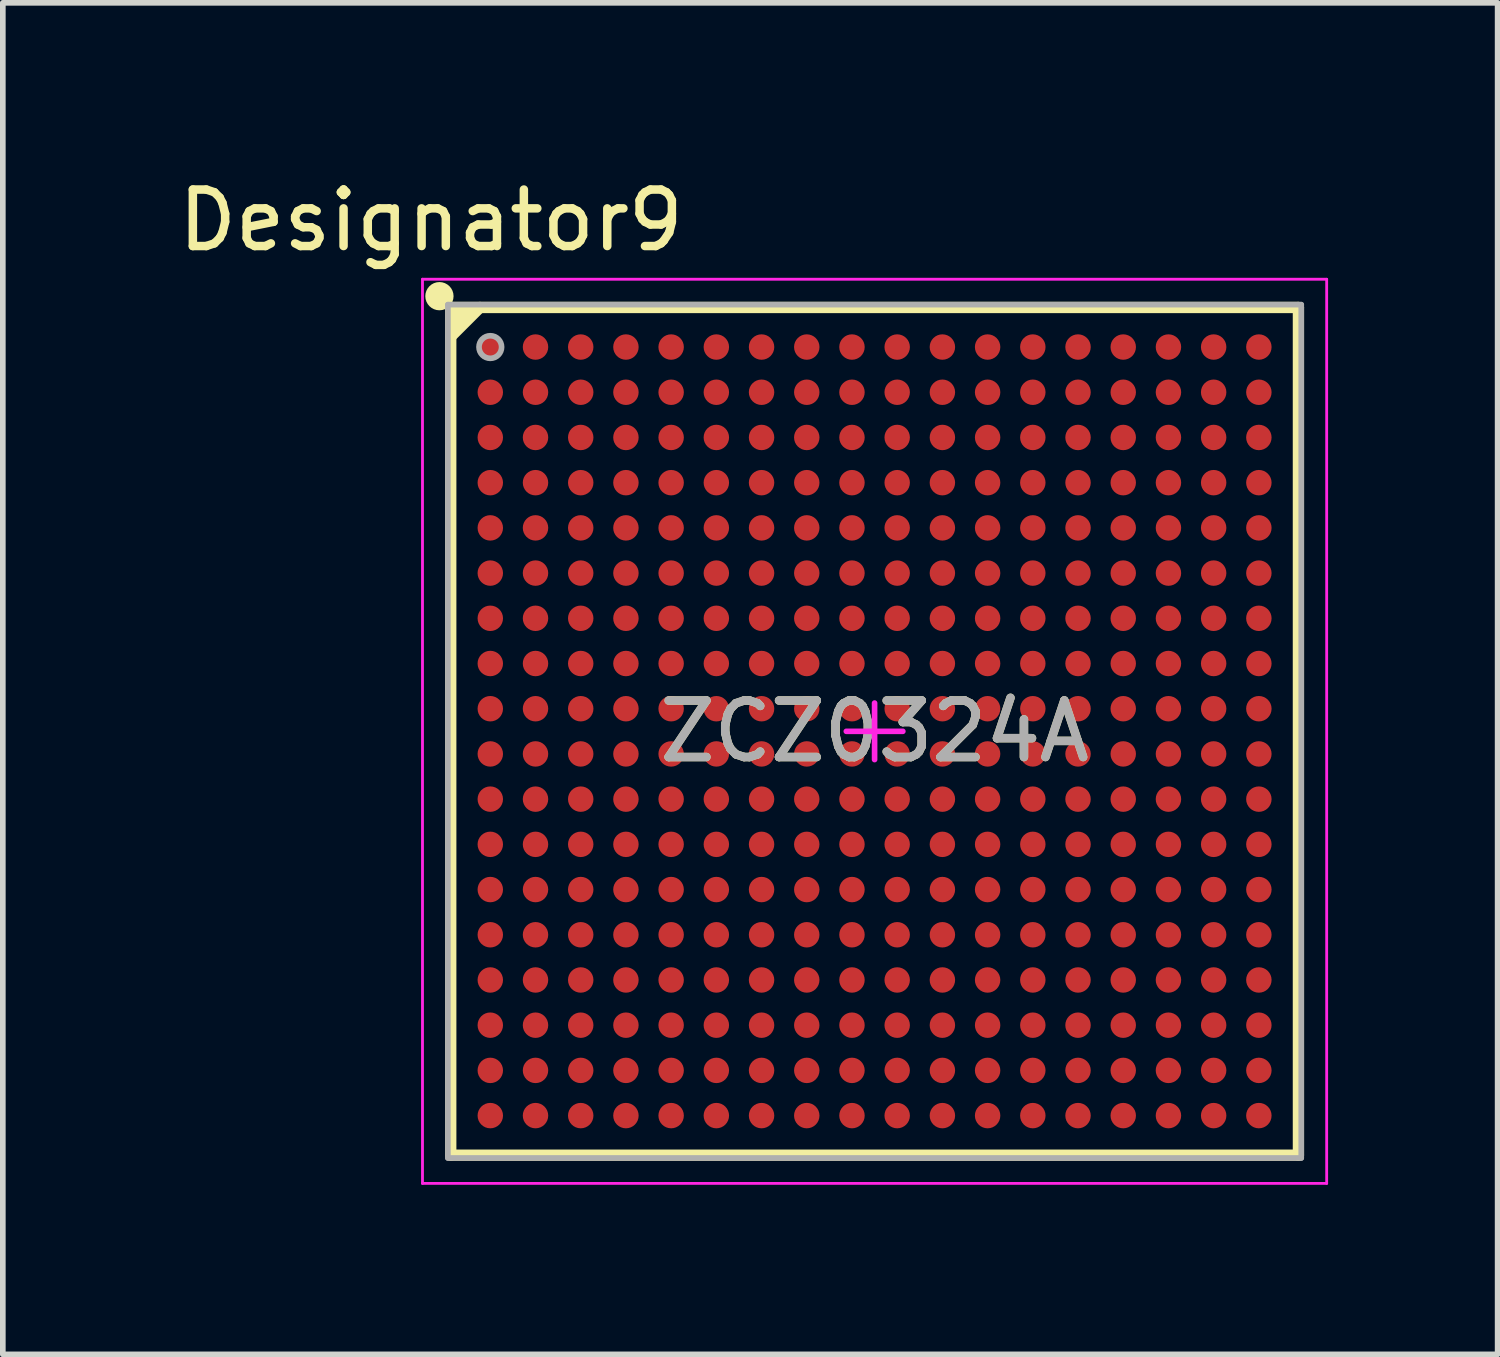
<source format=kicad_pcb>
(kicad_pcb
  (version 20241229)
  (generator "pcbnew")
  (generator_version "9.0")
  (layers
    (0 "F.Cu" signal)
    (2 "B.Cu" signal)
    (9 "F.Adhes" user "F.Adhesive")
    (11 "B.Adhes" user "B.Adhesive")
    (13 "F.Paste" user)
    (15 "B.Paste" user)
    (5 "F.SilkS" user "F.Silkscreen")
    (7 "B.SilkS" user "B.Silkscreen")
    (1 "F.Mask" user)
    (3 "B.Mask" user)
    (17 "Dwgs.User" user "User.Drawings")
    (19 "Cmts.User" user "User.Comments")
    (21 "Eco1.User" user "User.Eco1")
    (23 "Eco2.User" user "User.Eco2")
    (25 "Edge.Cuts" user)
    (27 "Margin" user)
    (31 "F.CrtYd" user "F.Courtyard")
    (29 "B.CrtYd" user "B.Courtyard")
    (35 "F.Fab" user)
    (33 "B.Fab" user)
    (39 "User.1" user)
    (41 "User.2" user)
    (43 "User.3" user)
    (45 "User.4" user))
  (footprint "ZCZ0324A"
    (layer "F.Cu")
    (at 12.426 9.891)
    (property "Reference" "ZCZ0324A" (at 0 0 0) (unlocked yes) (layer "F.SilkS") (effects (font (size 1 1) (thickness 0.15))))
    (attr smd)
    (fp_line (start -7.5 -7.5) (end 7.5 -7.5) (stroke (width 0.2) (type solid)) (layer "F.SilkS"))
    (fp_line (start -7.5 -6.984) (end -6.984 -7.5) (stroke (width 0.2) (type solid)) (layer "F.SilkS"))
    (fp_line (start -7.5 7.5) (end -7.5 -7.5) (stroke (width 0.2) (type solid)) (layer "F.SilkS"))
    (fp_line (start -7.5 7.5) (end 7.5 7.5) (stroke (width 0.2) (type solid)) (layer "F.SilkS"))
    (fp_line (start 7.5 7.5) (end 7.5 -7.5) (stroke (width 0.2) (type solid)) (layer "F.SilkS"))
    (fp_circle (center -7.7 -7.7) (end -7.575 -7.7) (stroke (width 0.25) (type solid)) (fill no) (layer "F.SilkS"))
    (fp_poly (pts (xy -6.984 -7.5) (xy -7.5 -6.984) (xy -7.5 -7.5)) (stroke (width 0) (type solid)) (fill yes) (layer "F.SilkS"))
    (fp_line (start -8 -8) (end 8 -8) (stroke (width 0.05) (type solid)) (layer "F.CrtYd"))
    (fp_line (start -8 8) (end -8 -8) (stroke (width 0.05) (type solid)) (layer "F.CrtYd"))
    (fp_line (start -8 8) (end 8 8) (stroke (width 0.05) (type solid)) (layer "F.CrtYd"))
    (fp_line (start -0.5 0) (end 0.5 0) (stroke (width 0.1) (type solid)) (layer "F.CrtYd"))
    (fp_line (start 0 0.5) (end 0 -0.5) (stroke (width 0.1) (type solid)) (layer "F.CrtYd"))
    (fp_line (start 8 8) (end 8 -8) (stroke (width 0.05) (type solid)) (layer "F.CrtYd"))
    (fp_line (start -7.55 -7.55) (end 7.55 -7.55) (stroke (width 0.1) (type solid)) (layer "F.Fab"))
    (fp_line (start -7.55 7.55) (end -7.55 -7.55) (stroke (width 0.1) (type solid)) (layer "F.Fab"))
    (fp_line (start -7.55 7.55) (end 7.55 7.55) (stroke (width 0.1) (type solid)) (layer "F.Fab"))
    (fp_line (start 7.55 7.55) (end 7.55 -7.55) (stroke (width 0.1) (type solid)) (layer "F.Fab"))
    (fp_circle (center -6.8 -6.8) (end -6.6 -6.8) (stroke (width 0.1) (type solid)) (fill no) (layer "F.Fab"))
    (fp_text user "Designator9" (at -7.849 -9.042 0) (unlocked yes) (layer "F.SilkS") (effects (font (size 1 1) (thickness 0.15))))
    (fp_text user "${REFERENCE}" (at 0 0 0) (unlocked yes) (layer "F.Fab") (effects (font (size 1 1) (thickness 0.15))))
    (pad "A1" smd circle (at -6.8 -6.8) (size 0.45 0.45) (layers "F.Cu" "F.Mask" "F.Paste"))
    (pad "A2" smd circle (at -6 -6.8) (size 0.45 0.45) (layers "F.Cu" "F.Mask" "F.Paste"))
    (pad "A3" smd circle (at -5.2 -6.8) (size 0.45 0.45) (layers "F.Cu" "F.Mask" "F.Paste"))
    (pad "A4" smd circle (at -4.4 -6.8) (size 0.45 0.45) (layers "F.Cu" "F.Mask" "F.Paste"))
    (pad "A5" smd circle (at -3.6 -6.8) (size 0.45 0.45) (layers "F.Cu" "F.Mask" "F.Paste"))
    (pad "A6" smd circle (at -2.8 -6.8) (size 0.45 0.45) (layers "F.Cu" "F.Mask" "F.Paste"))
    (pad "A7" smd circle (at -2 -6.8) (size 0.45 0.45) (layers "F.Cu" "F.Mask" "F.Paste"))
    (pad "A8" smd circle (at -1.2 -6.8) (size 0.45 0.45) (layers "F.Cu" "F.Mask" "F.Paste"))
    (pad "A9" smd circle (at -0.4 -6.8) (size 0.45 0.45) (layers "F.Cu" "F.Mask" "F.Paste"))
    (pad "A10" smd circle (at 0.4 -6.8) (size 0.45 0.45) (layers "F.Cu" "F.Mask" "F.Paste"))
    (pad "A11" smd circle (at 1.2 -6.8) (size 0.45 0.45) (layers "F.Cu" "F.Mask" "F.Paste"))
    (pad "A12" smd circle (at 2 -6.8) (size 0.45 0.45) (layers "F.Cu" "F.Mask" "F.Paste"))
    (pad "A13" smd circle (at 2.8 -6.8) (size 0.45 0.45) (layers "F.Cu" "F.Mask" "F.Paste"))
    (pad "A14" smd circle (at 3.6 -6.8) (size 0.45 0.45) (layers "F.Cu" "F.Mask" "F.Paste"))
    (pad "A15" smd circle (at 4.4 -6.8) (size 0.45 0.45) (layers "F.Cu" "F.Mask" "F.Paste"))
    (pad "A16" smd circle (at 5.2 -6.8) (size 0.45 0.45) (layers "F.Cu" "F.Mask" "F.Paste"))
    (pad "A17" smd circle (at 6 -6.8) (size 0.45 0.45) (layers "F.Cu" "F.Mask" "F.Paste"))
    (pad "A18" smd circle (at 6.8 -6.8) (size 0.45 0.45) (layers "F.Cu" "F.Mask" "F.Paste"))
    (pad "B1" smd circle (at -6.8 -6) (size 0.45 0.45) (layers "F.Cu" "F.Mask" "F.Paste"))
    (pad "B2" smd circle (at -6 -6) (size 0.45 0.45) (layers "F.Cu" "F.Mask" "F.Paste"))
    (pad "B3" smd circle (at -5.2 -6) (size 0.45 0.45) (layers "F.Cu" "F.Mask" "F.Paste"))
    (pad "B4" smd circle (at -4.4 -6) (size 0.45 0.45) (layers "F.Cu" "F.Mask" "F.Paste"))
    (pad "B5" smd circle (at -3.6 -6) (size 0.45 0.45) (layers "F.Cu" "F.Mask" "F.Paste"))
    (pad "B6" smd circle (at -2.8 -6) (size 0.45 0.45) (layers "F.Cu" "F.Mask" "F.Paste"))
    (pad "B7" smd circle (at -2 -6) (size 0.45 0.45) (layers "F.Cu" "F.Mask" "F.Paste"))
    (pad "B8" smd circle (at -1.2 -6) (size 0.45 0.45) (layers "F.Cu" "F.Mask" "F.Paste"))
    (pad "B9" smd circle (at -0.4 -6) (size 0.45 0.45) (layers "F.Cu" "F.Mask" "F.Paste"))
    (pad "B10" smd circle (at 0.4 -6) (size 0.45 0.45) (layers "F.Cu" "F.Mask" "F.Paste"))
    (pad "B11" smd circle (at 1.2 -6) (size 0.45 0.45) (layers "F.Cu" "F.Mask" "F.Paste"))
    (pad "B12" smd circle (at 2 -6) (size 0.45 0.45) (layers "F.Cu" "F.Mask" "F.Paste"))
    (pad "B13" smd circle (at 2.8 -6) (size 0.45 0.45) (layers "F.Cu" "F.Mask" "F.Paste"))
    (pad "B14" smd circle (at 3.6 -6) (size 0.45 0.45) (layers "F.Cu" "F.Mask" "F.Paste"))
    (pad "B15" smd circle (at 4.4 -6) (size 0.45 0.45) (layers "F.Cu" "F.Mask" "F.Paste"))
    (pad "B16" smd circle (at 5.2 -6) (size 0.45 0.45) (layers "F.Cu" "F.Mask" "F.Paste"))
    (pad "B17" smd circle (at 6 -6) (size 0.45 0.45) (layers "F.Cu" "F.Mask" "F.Paste"))
    (pad "B18" smd circle (at 6.8 -6) (size 0.45 0.45) (layers "F.Cu" "F.Mask" "F.Paste"))
    (pad "C1" smd circle (at -6.8 -5.2) (size 0.45 0.45) (layers "F.Cu" "F.Mask" "F.Paste"))
    (pad "C2" smd circle (at -6 -5.2) (size 0.45 0.45) (layers "F.Cu" "F.Mask" "F.Paste"))
    (pad "C3" smd circle (at -5.2 -5.2) (size 0.45 0.45) (layers "F.Cu" "F.Mask" "F.Paste"))
    (pad "C4" smd circle (at -4.4 -5.2) (size 0.45 0.45) (layers "F.Cu" "F.Mask" "F.Paste"))
    (pad "C5" smd circle (at -3.6 -5.2) (size 0.45 0.45) (layers "F.Cu" "F.Mask" "F.Paste"))
    (pad "C6" smd circle (at -2.8 -5.2) (size 0.45 0.45) (layers "F.Cu" "F.Mask" "F.Paste"))
    (pad "C7" smd circle (at -2 -5.2) (size 0.45 0.45) (layers "F.Cu" "F.Mask" "F.Paste"))
    (pad "C8" smd circle (at -1.2 -5.2) (size 0.45 0.45) (layers "F.Cu" "F.Mask" "F.Paste"))
    (pad "C9" smd circle (at -0.4 -5.2) (size 0.45 0.45) (layers "F.Cu" "F.Mask" "F.Paste"))
    (pad "C10" smd circle (at 0.4 -5.2) (size 0.45 0.45) (layers "F.Cu" "F.Mask" "F.Paste"))
    (pad "C11" smd circle (at 1.2 -5.2) (size 0.45 0.45) (layers "F.Cu" "F.Mask" "F.Paste"))
    (pad "C12" smd circle (at 2 -5.2) (size 0.45 0.45) (layers "F.Cu" "F.Mask" "F.Paste"))
    (pad "C13" smd circle (at 2.8 -5.2) (size 0.45 0.45) (layers "F.Cu" "F.Mask" "F.Paste"))
    (pad "C14" smd circle (at 3.6 -5.2) (size 0.45 0.45) (layers "F.Cu" "F.Mask" "F.Paste"))
    (pad "C15" smd circle (at 4.4 -5.2) (size 0.45 0.45) (layers "F.Cu" "F.Mask" "F.Paste"))
    (pad "C16" smd circle (at 5.2 -5.2) (size 0.45 0.45) (layers "F.Cu" "F.Mask" "F.Paste"))
    (pad "C17" smd circle (at 6 -5.2) (size 0.45 0.45) (layers "F.Cu" "F.Mask" "F.Paste"))
    (pad "C18" smd circle (at 6.8 -5.2) (size 0.45 0.45) (layers "F.Cu" "F.Mask" "F.Paste"))
    (pad "D1" smd circle (at -6.8 -4.4) (size 0.45 0.45) (layers "F.Cu" "F.Mask" "F.Paste"))
    (pad "D2" smd circle (at -6 -4.4) (size 0.45 0.45) (layers "F.Cu" "F.Mask" "F.Paste"))
    (pad "D3" smd circle (at -5.2 -4.4) (size 0.45 0.45) (layers "F.Cu" "F.Mask" "F.Paste"))
    (pad "D4" smd circle (at -4.4 -4.4) (size 0.45 0.45) (layers "F.Cu" "F.Mask" "F.Paste"))
    (pad "D5" smd circle (at -3.6 -4.4) (size 0.45 0.45) (layers "F.Cu" "F.Mask" "F.Paste"))
    (pad "D6" smd circle (at -2.8 -4.4) (size 0.45 0.45) (layers "F.Cu" "F.Mask" "F.Paste"))
    (pad "D7" smd circle (at -2 -4.4) (size 0.45 0.45) (layers "F.Cu" "F.Mask" "F.Paste"))
    (pad "D8" smd circle (at -1.2 -4.4) (size 0.45 0.45) (layers "F.Cu" "F.Mask" "F.Paste"))
    (pad "D9" smd circle (at -0.4 -4.4) (size 0.45 0.45) (layers "F.Cu" "F.Mask" "F.Paste"))
    (pad "D10" smd circle (at 0.4 -4.4) (size 0.45 0.45) (layers "F.Cu" "F.Mask" "F.Paste"))
    (pad "D11" smd circle (at 1.2 -4.4) (size 0.45 0.45) (layers "F.Cu" "F.Mask" "F.Paste"))
    (pad "D12" smd circle (at 2 -4.4) (size 0.45 0.45) (layers "F.Cu" "F.Mask" "F.Paste"))
    (pad "D13" smd circle (at 2.8 -4.4) (size 0.45 0.45) (layers "F.Cu" "F.Mask" "F.Paste"))
    (pad "D14" smd circle (at 3.6 -4.4) (size 0.45 0.45) (layers "F.Cu" "F.Mask" "F.Paste"))
    (pad "D15" smd circle (at 4.4 -4.4) (size 0.45 0.45) (layers "F.Cu" "F.Mask" "F.Paste"))
    (pad "D16" smd circle (at 5.2 -4.4) (size 0.45 0.45) (layers "F.Cu" "F.Mask" "F.Paste"))
    (pad "D17" smd circle (at 6 -4.4) (size 0.45 0.45) (layers "F.Cu" "F.Mask" "F.Paste"))
    (pad "D18" smd circle (at 6.8 -4.4) (size 0.45 0.45) (layers "F.Cu" "F.Mask" "F.Paste"))
    (pad "E1" smd circle (at -6.8 -3.6) (size 0.45 0.45) (layers "F.Cu" "F.Mask" "F.Paste"))
    (pad "E2" smd circle (at -6 -3.6) (size 0.45 0.45) (layers "F.Cu" "F.Mask" "F.Paste"))
    (pad "E3" smd circle (at -5.2 -3.6) (size 0.45 0.45) (layers "F.Cu" "F.Mask" "F.Paste"))
    (pad "E4" smd circle (at -4.4 -3.6) (size 0.45 0.45) (layers "F.Cu" "F.Mask" "F.Paste"))
    (pad "E5" smd circle (at -3.6 -3.6) (size 0.45 0.45) (layers "F.Cu" "F.Mask" "F.Paste"))
    (pad "E6" smd circle (at -2.8 -3.6) (size 0.45 0.45) (layers "F.Cu" "F.Mask" "F.Paste"))
    (pad "E7" smd circle (at -2 -3.6) (size 0.45 0.45) (layers "F.Cu" "F.Mask" "F.Paste"))
    (pad "E8" smd circle (at -1.2 -3.6) (size 0.45 0.45) (layers "F.Cu" "F.Mask" "F.Paste"))
    (pad "E9" smd circle (at -0.4 -3.6) (size 0.45 0.45) (layers "F.Cu" "F.Mask" "F.Paste"))
    (pad "E10" smd circle (at 0.4 -3.6) (size 0.45 0.45) (layers "F.Cu" "F.Mask" "F.Paste"))
    (pad "E11" smd circle (at 1.2 -3.6) (size 0.45 0.45) (layers "F.Cu" "F.Mask" "F.Paste"))
    (pad "E12" smd circle (at 2 -3.6) (size 0.45 0.45) (layers "F.Cu" "F.Mask" "F.Paste"))
    (pad "E13" smd circle (at 2.8 -3.6) (size 0.45 0.45) (layers "F.Cu" "F.Mask" "F.Paste"))
    (pad "E14" smd circle (at 3.6 -3.6) (size 0.45 0.45) (layers "F.Cu" "F.Mask" "F.Paste"))
    (pad "E15" smd circle (at 4.4 -3.6) (size 0.45 0.45) (layers "F.Cu" "F.Mask" "F.Paste"))
    (pad "E16" smd circle (at 5.2 -3.6) (size 0.45 0.45) (layers "F.Cu" "F.Mask" "F.Paste"))
    (pad "E17" smd circle (at 6 -3.6) (size 0.45 0.45) (layers "F.Cu" "F.Mask" "F.Paste"))
    (pad "E18" smd circle (at 6.8 -3.6) (size 0.45 0.45) (layers "F.Cu" "F.Mask" "F.Paste"))
    (pad "F1" smd circle (at -6.8 -2.8) (size 0.45 0.45) (layers "F.Cu" "F.Mask" "F.Paste"))
    (pad "F2" smd circle (at -6 -2.8) (size 0.45 0.45) (layers "F.Cu" "F.Mask" "F.Paste"))
    (pad "F3" smd circle (at -5.2 -2.8) (size 0.45 0.45) (layers "F.Cu" "F.Mask" "F.Paste"))
    (pad "F4" smd circle (at -4.4 -2.8) (size 0.45 0.45) (layers "F.Cu" "F.Mask" "F.Paste"))
    (pad "F5" smd circle (at -3.6 -2.8) (size 0.45 0.45) (layers "F.Cu" "F.Mask" "F.Paste"))
    (pad "F6" smd circle (at -2.8 -2.8) (size 0.45 0.45) (layers "F.Cu" "F.Mask" "F.Paste"))
    (pad "F7" smd circle (at -2 -2.8) (size 0.45 0.45) (layers "F.Cu" "F.Mask" "F.Paste"))
    (pad "F8" smd circle (at -1.2 -2.8) (size 0.45 0.45) (layers "F.Cu" "F.Mask" "F.Paste"))
    (pad "F9" smd circle (at -0.4 -2.8) (size 0.45 0.45) (layers "F.Cu" "F.Mask" "F.Paste"))
    (pad "F10" smd circle (at 0.4 -2.8) (size 0.45 0.45) (layers "F.Cu" "F.Mask" "F.Paste"))
    (pad "F11" smd circle (at 1.2 -2.8) (size 0.45 0.45) (layers "F.Cu" "F.Mask" "F.Paste"))
    (pad "F12" smd circle (at 2 -2.8) (size 0.45 0.45) (layers "F.Cu" "F.Mask" "F.Paste"))
    (pad "F13" smd circle (at 2.8 -2.8) (size 0.45 0.45) (layers "F.Cu" "F.Mask" "F.Paste"))
    (pad "F14" smd circle (at 3.6 -2.8) (size 0.45 0.45) (layers "F.Cu" "F.Mask" "F.Paste"))
    (pad "F15" smd circle (at 4.4 -2.8) (size 0.45 0.45) (layers "F.Cu" "F.Mask" "F.Paste"))
    (pad "F16" smd circle (at 5.2 -2.8) (size 0.45 0.45) (layers "F.Cu" "F.Mask" "F.Paste"))
    (pad "F17" smd circle (at 6 -2.8) (size 0.45 0.45) (layers "F.Cu" "F.Mask" "F.Paste"))
    (pad "F18" smd circle (at 6.8 -2.8) (size 0.45 0.45) (layers "F.Cu" "F.Mask" "F.Paste"))
    (pad "G1" smd circle (at -6.8 -2) (size 0.45 0.45) (layers "F.Cu" "F.Mask" "F.Paste"))
    (pad "G2" smd circle (at -6 -2) (size 0.45 0.45) (layers "F.Cu" "F.Mask" "F.Paste"))
    (pad "G3" smd circle (at -5.2 -2) (size 0.45 0.45) (layers "F.Cu" "F.Mask" "F.Paste"))
    (pad "G4" smd circle (at -4.4 -2) (size 0.45 0.45) (layers "F.Cu" "F.Mask" "F.Paste"))
    (pad "G5" smd circle (at -3.6 -2) (size 0.45 0.45) (layers "F.Cu" "F.Mask" "F.Paste"))
    (pad "G6" smd circle (at -2.8 -2) (size 0.45 0.45) (layers "F.Cu" "F.Mask" "F.Paste"))
    (pad "G7" smd circle (at -2 -2) (size 0.45 0.45) (layers "F.Cu" "F.Mask" "F.Paste"))
    (pad "G8" smd circle (at -1.2 -2) (size 0.45 0.45) (layers "F.Cu" "F.Mask" "F.Paste"))
    (pad "G9" smd circle (at -0.4 -2) (size 0.45 0.45) (layers "F.Cu" "F.Mask" "F.Paste"))
    (pad "G10" smd circle (at 0.4 -2) (size 0.45 0.45) (layers "F.Cu" "F.Mask" "F.Paste"))
    (pad "G11" smd circle (at 1.2 -2) (size 0.45 0.45) (layers "F.Cu" "F.Mask" "F.Paste"))
    (pad "G12" smd circle (at 2 -2) (size 0.45 0.45) (layers "F.Cu" "F.Mask" "F.Paste"))
    (pad "G13" smd circle (at 2.8 -2) (size 0.45 0.45) (layers "F.Cu" "F.Mask" "F.Paste"))
    (pad "G14" smd circle (at 3.6 -2) (size 0.45 0.45) (layers "F.Cu" "F.Mask" "F.Paste"))
    (pad "G15" smd circle (at 4.4 -2) (size 0.45 0.45) (layers "F.Cu" "F.Mask" "F.Paste"))
    (pad "G16" smd circle (at 5.2 -2) (size 0.45 0.45) (layers "F.Cu" "F.Mask" "F.Paste"))
    (pad "G17" smd circle (at 6 -2) (size 0.45 0.45) (layers "F.Cu" "F.Mask" "F.Paste"))
    (pad "G18" smd circle (at 6.8 -2) (size 0.45 0.45) (layers "F.Cu" "F.Mask" "F.Paste"))
    (pad "H1" smd circle (at -6.8 -1.2) (size 0.45 0.45) (layers "F.Cu" "F.Mask" "F.Paste"))
    (pad "H2" smd circle (at -6 -1.2) (size 0.45 0.45) (layers "F.Cu" "F.Mask" "F.Paste"))
    (pad "H3" smd circle (at -5.2 -1.2) (size 0.45 0.45) (layers "F.Cu" "F.Mask" "F.Paste"))
    (pad "H4" smd circle (at -4.4 -1.2) (size 0.45 0.45) (layers "F.Cu" "F.Mask" "F.Paste"))
    (pad "H5" smd circle (at -3.6 -1.2) (size 0.45 0.45) (layers "F.Cu" "F.Mask" "F.Paste"))
    (pad "H6" smd circle (at -2.8 -1.2) (size 0.45 0.45) (layers "F.Cu" "F.Mask" "F.Paste"))
    (pad "H7" smd circle (at -2 -1.2) (size 0.45 0.45) (layers "F.Cu" "F.Mask" "F.Paste"))
    (pad "H8" smd circle (at -1.2 -1.2) (size 0.45 0.45) (layers "F.Cu" "F.Mask" "F.Paste"))
    (pad "H9" smd circle (at -0.4 -1.2) (size 0.45 0.45) (layers "F.Cu" "F.Mask" "F.Paste"))
    (pad "H10" smd circle (at 0.4 -1.2) (size 0.45 0.45) (layers "F.Cu" "F.Mask" "F.Paste"))
    (pad "H11" smd circle (at 1.2 -1.2) (size 0.45 0.45) (layers "F.Cu" "F.Mask" "F.Paste"))
    (pad "H12" smd circle (at 2 -1.2) (size 0.45 0.45) (layers "F.Cu" "F.Mask" "F.Paste"))
    (pad "H13" smd circle (at 2.8 -1.2) (size 0.45 0.45) (layers "F.Cu" "F.Mask" "F.Paste"))
    (pad "H14" smd circle (at 3.6 -1.2) (size 0.45 0.45) (layers "F.Cu" "F.Mask" "F.Paste"))
    (pad "H15" smd circle (at 4.4 -1.2) (size 0.45 0.45) (layers "F.Cu" "F.Mask" "F.Paste"))
    (pad "H16" smd circle (at 5.2 -1.2) (size 0.45 0.45) (layers "F.Cu" "F.Mask" "F.Paste"))
    (pad "H17" smd circle (at 6 -1.2) (size 0.45 0.45) (layers "F.Cu" "F.Mask" "F.Paste"))
    (pad "H18" smd circle (at 6.8 -1.2) (size 0.45 0.45) (layers "F.Cu" "F.Mask" "F.Paste"))
    (pad "J1" smd circle (at -6.8 -0.4) (size 0.45 0.45) (layers "F.Cu" "F.Mask" "F.Paste"))
    (pad "J2" smd circle (at -6 -0.4) (size 0.45 0.45) (layers "F.Cu" "F.Mask" "F.Paste"))
    (pad "J3" smd circle (at -5.2 -0.4) (size 0.45 0.45) (layers "F.Cu" "F.Mask" "F.Paste"))
    (pad "J4" smd circle (at -4.4 -0.4) (size 0.45 0.45) (layers "F.Cu" "F.Mask" "F.Paste"))
    (pad "J5" smd circle (at -3.6 -0.4) (size 0.45 0.45) (layers "F.Cu" "F.Mask" "F.Paste"))
    (pad "J6" smd circle (at -2.8 -0.4) (size 0.45 0.45) (layers "F.Cu" "F.Mask" "F.Paste"))
    (pad "J7" smd circle (at -2 -0.4) (size 0.45 0.45) (layers "F.Cu" "F.Mask" "F.Paste"))
    (pad "J8" smd circle (at -1.2 -0.4) (size 0.45 0.45) (layers "F.Cu" "F.Mask" "F.Paste"))
    (pad "J9" smd circle (at -0.4 -0.4) (size 0.45 0.45) (layers "F.Cu" "F.Mask" "F.Paste"))
    (pad "J10" smd circle (at 0.4 -0.4) (size 0.45 0.45) (layers "F.Cu" "F.Mask" "F.Paste"))
    (pad "J11" smd circle (at 1.2 -0.4) (size 0.45 0.45) (layers "F.Cu" "F.Mask" "F.Paste"))
    (pad "J12" smd circle (at 2 -0.4) (size 0.45 0.45) (layers "F.Cu" "F.Mask" "F.Paste"))
    (pad "J13" smd circle (at 2.8 -0.4) (size 0.45 0.45) (layers "F.Cu" "F.Mask" "F.Paste"))
    (pad "J14" smd circle (at 3.6 -0.4) (size 0.45 0.45) (layers "F.Cu" "F.Mask" "F.Paste"))
    (pad "J15" smd circle (at 4.4 -0.4) (size 0.45 0.45) (layers "F.Cu" "F.Mask" "F.Paste"))
    (pad "J16" smd circle (at 5.2 -0.4) (size 0.45 0.45) (layers "F.Cu" "F.Mask" "F.Paste"))
    (pad "J17" smd circle (at 6 -0.4) (size 0.45 0.45) (layers "F.Cu" "F.Mask" "F.Paste"))
    (pad "J18" smd circle (at 6.8 -0.4) (size 0.45 0.45) (layers "F.Cu" "F.Mask" "F.Paste"))
    (pad "K1" smd circle (at -6.8 0.4) (size 0.45 0.45) (layers "F.Cu" "F.Mask" "F.Paste"))
    (pad "K2" smd circle (at -6 0.4) (size 0.45 0.45) (layers "F.Cu" "F.Mask" "F.Paste"))
    (pad "K3" smd circle (at -5.2 0.4) (size 0.45 0.45) (layers "F.Cu" "F.Mask" "F.Paste"))
    (pad "K4" smd circle (at -4.4 0.4) (size 0.45 0.45) (layers "F.Cu" "F.Mask" "F.Paste"))
    (pad "K5" smd circle (at -3.6 0.4) (size 0.45 0.45) (layers "F.Cu" "F.Mask" "F.Paste"))
    (pad "K6" smd circle (at -2.8 0.4) (size 0.45 0.45) (layers "F.Cu" "F.Mask" "F.Paste"))
    (pad "K7" smd circle (at -2 0.4) (size 0.45 0.45) (layers "F.Cu" "F.Mask" "F.Paste"))
    (pad "K8" smd circle (at -1.2 0.4) (size 0.45 0.45) (layers "F.Cu" "F.Mask" "F.Paste"))
    (pad "K9" smd circle (at -0.4 0.4) (size 0.45 0.45) (layers "F.Cu" "F.Mask" "F.Paste"))
    (pad "K10" smd circle (at 0.4 0.4) (size 0.45 0.45) (layers "F.Cu" "F.Mask" "F.Paste"))
    (pad "K11" smd circle (at 1.2 0.4) (size 0.45 0.45) (layers "F.Cu" "F.Mask" "F.Paste"))
    (pad "K12" smd circle (at 2 0.4) (size 0.45 0.45) (layers "F.Cu" "F.Mask" "F.Paste"))
    (pad "K13" smd circle (at 2.8 0.4) (size 0.45 0.45) (layers "F.Cu" "F.Mask" "F.Paste"))
    (pad "K14" smd circle (at 3.6 0.4) (size 0.45 0.45) (layers "F.Cu" "F.Mask" "F.Paste"))
    (pad "K15" smd circle (at 4.4 0.4) (size 0.45 0.45) (layers "F.Cu" "F.Mask" "F.Paste"))
    (pad "K16" smd circle (at 5.2 0.4) (size 0.45 0.45) (layers "F.Cu" "F.Mask" "F.Paste"))
    (pad "K17" smd circle (at 6 0.4) (size 0.45 0.45) (layers "F.Cu" "F.Mask" "F.Paste"))
    (pad "K18" smd circle (at 6.8 0.4) (size 0.45 0.45) (layers "F.Cu" "F.Mask" "F.Paste"))
    (pad "L1" smd circle (at -6.8 1.2) (size 0.45 0.45) (layers "F.Cu" "F.Mask" "F.Paste"))
    (pad "L2" smd circle (at -6 1.2) (size 0.45 0.45) (layers "F.Cu" "F.Mask" "F.Paste"))
    (pad "L3" smd circle (at -5.2 1.2) (size 0.45 0.45) (layers "F.Cu" "F.Mask" "F.Paste"))
    (pad "L4" smd circle (at -4.4 1.2) (size 0.45 0.45) (layers "F.Cu" "F.Mask" "F.Paste"))
    (pad "L5" smd circle (at -3.6 1.2) (size 0.45 0.45) (layers "F.Cu" "F.Mask" "F.Paste"))
    (pad "L6" smd circle (at -2.8 1.2) (size 0.45 0.45) (layers "F.Cu" "F.Mask" "F.Paste"))
    (pad "L7" smd circle (at -2 1.2) (size 0.45 0.45) (layers "F.Cu" "F.Mask" "F.Paste"))
    (pad "L8" smd circle (at -1.2 1.2) (size 0.45 0.45) (layers "F.Cu" "F.Mask" "F.Paste"))
    (pad "L9" smd circle (at -0.4 1.2) (size 0.45 0.45) (layers "F.Cu" "F.Mask" "F.Paste"))
    (pad "L10" smd circle (at 0.4 1.2) (size 0.45 0.45) (layers "F.Cu" "F.Mask" "F.Paste"))
    (pad "L11" smd circle (at 1.2 1.2) (size 0.45 0.45) (layers "F.Cu" "F.Mask" "F.Paste"))
    (pad "L12" smd circle (at 2 1.2) (size 0.45 0.45) (layers "F.Cu" "F.Mask" "F.Paste"))
    (pad "L13" smd circle (at 2.8 1.2) (size 0.45 0.45) (layers "F.Cu" "F.Mask" "F.Paste"))
    (pad "L14" smd circle (at 3.6 1.2) (size 0.45 0.45) (layers "F.Cu" "F.Mask" "F.Paste"))
    (pad "L15" smd circle (at 4.4 1.2) (size 0.45 0.45) (layers "F.Cu" "F.Mask" "F.Paste"))
    (pad "L16" smd circle (at 5.2 1.2) (size 0.45 0.45) (layers "F.Cu" "F.Mask" "F.Paste"))
    (pad "L17" smd circle (at 6 1.2) (size 0.45 0.45) (layers "F.Cu" "F.Mask" "F.Paste"))
    (pad "L18" smd circle (at 6.8 1.2) (size 0.45 0.45) (layers "F.Cu" "F.Mask" "F.Paste"))
    (pad "M1" smd circle (at -6.8 2) (size 0.45 0.45) (layers "F.Cu" "F.Mask" "F.Paste"))
    (pad "M2" smd circle (at -6 2) (size 0.45 0.45) (layers "F.Cu" "F.Mask" "F.Paste"))
    (pad "M3" smd circle (at -5.2 2) (size 0.45 0.45) (layers "F.Cu" "F.Mask" "F.Paste"))
    (pad "M4" smd circle (at -4.4 2) (size 0.45 0.45) (layers "F.Cu" "F.Mask" "F.Paste"))
    (pad "M5" smd circle (at -3.6 2) (size 0.45 0.45) (layers "F.Cu" "F.Mask" "F.Paste"))
    (pad "M6" smd circle (at -2.8 2) (size 0.45 0.45) (layers "F.Cu" "F.Mask" "F.Paste"))
    (pad "M7" smd circle (at -2 2) (size 0.45 0.45) (layers "F.Cu" "F.Mask" "F.Paste"))
    (pad "M8" smd circle (at -1.2 2) (size 0.45 0.45) (layers "F.Cu" "F.Mask" "F.Paste"))
    (pad "M9" smd circle (at -0.4 2) (size 0.45 0.45) (layers "F.Cu" "F.Mask" "F.Paste"))
    (pad "M10" smd circle (at 0.4 2) (size 0.45 0.45) (layers "F.Cu" "F.Mask" "F.Paste"))
    (pad "M11" smd circle (at 1.2 2) (size 0.45 0.45) (layers "F.Cu" "F.Mask" "F.Paste"))
    (pad "M12" smd circle (at 2 2) (size 0.45 0.45) (layers "F.Cu" "F.Mask" "F.Paste"))
    (pad "M13" smd circle (at 2.8 2) (size 0.45 0.45) (layers "F.Cu" "F.Mask" "F.Paste"))
    (pad "M14" smd circle (at 3.6 2) (size 0.45 0.45) (layers "F.Cu" "F.Mask" "F.Paste"))
    (pad "M15" smd circle (at 4.4 2) (size 0.45 0.45) (layers "F.Cu" "F.Mask" "F.Paste"))
    (pad "M16" smd circle (at 5.2 2) (size 0.45 0.45) (layers "F.Cu" "F.Mask" "F.Paste"))
    (pad "M17" smd circle (at 6 2) (size 0.45 0.45) (layers "F.Cu" "F.Mask" "F.Paste"))
    (pad "M18" smd circle (at 6.8 2) (size 0.45 0.45) (layers "F.Cu" "F.Mask" "F.Paste"))
    (pad "N1" smd circle (at -6.8 2.8) (size 0.45 0.45) (layers "F.Cu" "F.Mask" "F.Paste"))
    (pad "N2" smd circle (at -6 2.8) (size 0.45 0.45) (layers "F.Cu" "F.Mask" "F.Paste"))
    (pad "N3" smd circle (at -5.2 2.8) (size 0.45 0.45) (layers "F.Cu" "F.Mask" "F.Paste"))
    (pad "N4" smd circle (at -4.4 2.8) (size 0.45 0.45) (layers "F.Cu" "F.Mask" "F.Paste"))
    (pad "N5" smd circle (at -3.6 2.8) (size 0.45 0.45) (layers "F.Cu" "F.Mask" "F.Paste"))
    (pad "N6" smd circle (at -2.8 2.8) (size 0.45 0.45) (layers "F.Cu" "F.Mask" "F.Paste"))
    (pad "N7" smd circle (at -2 2.8) (size 0.45 0.45) (layers "F.Cu" "F.Mask" "F.Paste"))
    (pad "N8" smd circle (at -1.2 2.8) (size 0.45 0.45) (layers "F.Cu" "F.Mask" "F.Paste"))
    (pad "N9" smd circle (at -0.4 2.8) (size 0.45 0.45) (layers "F.Cu" "F.Mask" "F.Paste"))
    (pad "N10" smd circle (at 0.4 2.8) (size 0.45 0.45) (layers "F.Cu" "F.Mask" "F.Paste"))
    (pad "N11" smd circle (at 1.2 2.8) (size 0.45 0.45) (layers "F.Cu" "F.Mask" "F.Paste"))
    (pad "N12" smd circle (at 2 2.8) (size 0.45 0.45) (layers "F.Cu" "F.Mask" "F.Paste"))
    (pad "N13" smd circle (at 2.8 2.8) (size 0.45 0.45) (layers "F.Cu" "F.Mask" "F.Paste"))
    (pad "N14" smd circle (at 3.6 2.8) (size 0.45 0.45) (layers "F.Cu" "F.Mask" "F.Paste"))
    (pad "N15" smd circle (at 4.4 2.8) (size 0.45 0.45) (layers "F.Cu" "F.Mask" "F.Paste"))
    (pad "N16" smd circle (at 5.2 2.8) (size 0.45 0.45) (layers "F.Cu" "F.Mask" "F.Paste"))
    (pad "N17" smd circle (at 6 2.8) (size 0.45 0.45) (layers "F.Cu" "F.Mask" "F.Paste"))
    (pad "N18" smd circle (at 6.8 2.8) (size 0.45 0.45) (layers "F.Cu" "F.Mask" "F.Paste"))
    (pad "P1" smd circle (at -6.8 3.6) (size 0.45 0.45) (layers "F.Cu" "F.Mask" "F.Paste"))
    (pad "P2" smd circle (at -6 3.6) (size 0.45 0.45) (layers "F.Cu" "F.Mask" "F.Paste"))
    (pad "P3" smd circle (at -5.2 3.6) (size 0.45 0.45) (layers "F.Cu" "F.Mask" "F.Paste"))
    (pad "P4" smd circle (at -4.4 3.6) (size 0.45 0.45) (layers "F.Cu" "F.Mask" "F.Paste"))
    (pad "P5" smd circle (at -3.6 3.6) (size 0.45 0.45) (layers "F.Cu" "F.Mask" "F.Paste"))
    (pad "P6" smd circle (at -2.8 3.6) (size 0.45 0.45) (layers "F.Cu" "F.Mask" "F.Paste"))
    (pad "P7" smd circle (at -2 3.6) (size 0.45 0.45) (layers "F.Cu" "F.Mask" "F.Paste"))
    (pad "P8" smd circle (at -1.2 3.6) (size 0.45 0.45) (layers "F.Cu" "F.Mask" "F.Paste"))
    (pad "P9" smd circle (at -0.4 3.6) (size 0.45 0.45) (layers "F.Cu" "F.Mask" "F.Paste"))
    (pad "P10" smd circle (at 0.4 3.6) (size 0.45 0.45) (layers "F.Cu" "F.Mask" "F.Paste"))
    (pad "P11" smd circle (at 1.2 3.6) (size 0.45 0.45) (layers "F.Cu" "F.Mask" "F.Paste"))
    (pad "P12" smd circle (at 2 3.6) (size 0.45 0.45) (layers "F.Cu" "F.Mask" "F.Paste"))
    (pad "P13" smd circle (at 2.8 3.6) (size 0.45 0.45) (layers "F.Cu" "F.Mask" "F.Paste"))
    (pad "P14" smd circle (at 3.6 3.6) (size 0.45 0.45) (layers "F.Cu" "F.Mask" "F.Paste"))
    (pad "P15" smd circle (at 4.4 3.6) (size 0.45 0.45) (layers "F.Cu" "F.Mask" "F.Paste"))
    (pad "P16" smd circle (at 5.2 3.6) (size 0.45 0.45) (layers "F.Cu" "F.Mask" "F.Paste"))
    (pad "P17" smd circle (at 6 3.6) (size 0.45 0.45) (layers "F.Cu" "F.Mask" "F.Paste"))
    (pad "P18" smd circle (at 6.8 3.6) (size 0.45 0.45) (layers "F.Cu" "F.Mask" "F.Paste"))
    (pad "R1" smd circle (at -6.8 4.4) (size 0.45 0.45) (layers "F.Cu" "F.Mask" "F.Paste"))
    (pad "R2" smd circle (at -6 4.4) (size 0.45 0.45) (layers "F.Cu" "F.Mask" "F.Paste"))
    (pad "R3" smd circle (at -5.2 4.4) (size 0.45 0.45) (layers "F.Cu" "F.Mask" "F.Paste"))
    (pad "R4" smd circle (at -4.4 4.4) (size 0.45 0.45) (layers "F.Cu" "F.Mask" "F.Paste"))
    (pad "R5" smd circle (at -3.6 4.4) (size 0.45 0.45) (layers "F.Cu" "F.Mask" "F.Paste"))
    (pad "R6" smd circle (at -2.8 4.4) (size 0.45 0.45) (layers "F.Cu" "F.Mask" "F.Paste"))
    (pad "R7" smd circle (at -2 4.4) (size 0.45 0.45) (layers "F.Cu" "F.Mask" "F.Paste"))
    (pad "R8" smd circle (at -1.2 4.4) (size 0.45 0.45) (layers "F.Cu" "F.Mask" "F.Paste"))
    (pad "R9" smd circle (at -0.4 4.4) (size 0.45 0.45) (layers "F.Cu" "F.Mask" "F.Paste"))
    (pad "R10" smd circle (at 0.4 4.4) (size 0.45 0.45) (layers "F.Cu" "F.Mask" "F.Paste"))
    (pad "R11" smd circle (at 1.2 4.4) (size 0.45 0.45) (layers "F.Cu" "F.Mask" "F.Paste"))
    (pad "R12" smd circle (at 2 4.4) (size 0.45 0.45) (layers "F.Cu" "F.Mask" "F.Paste"))
    (pad "R13" smd circle (at 2.8 4.4) (size 0.45 0.45) (layers "F.Cu" "F.Mask" "F.Paste"))
    (pad "R14" smd circle (at 3.6 4.4) (size 0.45 0.45) (layers "F.Cu" "F.Mask" "F.Paste"))
    (pad "R15" smd circle (at 4.4 4.4) (size 0.45 0.45) (layers "F.Cu" "F.Mask" "F.Paste"))
    (pad "R16" smd circle (at 5.2 4.4) (size 0.45 0.45) (layers "F.Cu" "F.Mask" "F.Paste"))
    (pad "R17" smd circle (at 6 4.4) (size 0.45 0.45) (layers "F.Cu" "F.Mask" "F.Paste"))
    (pad "R18" smd circle (at 6.8 4.4) (size 0.45 0.45) (layers "F.Cu" "F.Mask" "F.Paste"))
    (pad "T1" smd circle (at -6.8 5.2) (size 0.45 0.45) (layers "F.Cu" "F.Mask" "F.Paste"))
    (pad "T2" smd circle (at -6 5.2) (size 0.45 0.45) (layers "F.Cu" "F.Mask" "F.Paste"))
    (pad "T3" smd circle (at -5.2 5.2) (size 0.45 0.45) (layers "F.Cu" "F.Mask" "F.Paste"))
    (pad "T4" smd circle (at -4.4 5.2) (size 0.45 0.45) (layers "F.Cu" "F.Mask" "F.Paste"))
    (pad "T5" smd circle (at -3.6 5.2) (size 0.45 0.45) (layers "F.Cu" "F.Mask" "F.Paste"))
    (pad "T6" smd circle (at -2.8 5.2) (size 0.45 0.45) (layers "F.Cu" "F.Mask" "F.Paste"))
    (pad "T7" smd circle (at -2 5.2) (size 0.45 0.45) (layers "F.Cu" "F.Mask" "F.Paste"))
    (pad "T8" smd circle (at -1.2 5.2) (size 0.45 0.45) (layers "F.Cu" "F.Mask" "F.Paste"))
    (pad "T9" smd circle (at -0.4 5.2) (size 0.45 0.45) (layers "F.Cu" "F.Mask" "F.Paste"))
    (pad "T10" smd circle (at 0.4 5.2) (size 0.45 0.45) (layers "F.Cu" "F.Mask" "F.Paste"))
    (pad "T11" smd circle (at 1.2 5.2) (size 0.45 0.45) (layers "F.Cu" "F.Mask" "F.Paste"))
    (pad "T12" smd circle (at 2 5.2) (size 0.45 0.45) (layers "F.Cu" "F.Mask" "F.Paste"))
    (pad "T13" smd circle (at 2.8 5.2) (size 0.45 0.45) (layers "F.Cu" "F.Mask" "F.Paste"))
    (pad "T14" smd circle (at 3.6 5.2) (size 0.45 0.45) (layers "F.Cu" "F.Mask" "F.Paste"))
    (pad "T15" smd circle (at 4.4 5.2) (size 0.45 0.45) (layers "F.Cu" "F.Mask" "F.Paste"))
    (pad "T16" smd circle (at 5.2 5.2) (size 0.45 0.45) (layers "F.Cu" "F.Mask" "F.Paste"))
    (pad "T17" smd circle (at 6 5.2) (size 0.45 0.45) (layers "F.Cu" "F.Mask" "F.Paste"))
    (pad "T18" smd circle (at 6.8 5.2) (size 0.45 0.45) (layers "F.Cu" "F.Mask" "F.Paste"))
    (pad "U1" smd circle (at -6.8 6) (size 0.45 0.45) (layers "F.Cu" "F.Mask" "F.Paste"))
    (pad "U2" smd circle (at -6 6) (size 0.45 0.45) (layers "F.Cu" "F.Mask" "F.Paste"))
    (pad "U3" smd circle (at -5.2 6) (size 0.45 0.45) (layers "F.Cu" "F.Mask" "F.Paste"))
    (pad "U4" smd circle (at -4.4 6) (size 0.45 0.45) (layers "F.Cu" "F.Mask" "F.Paste"))
    (pad "U5" smd circle (at -3.6 6) (size 0.45 0.45) (layers "F.Cu" "F.Mask" "F.Paste"))
    (pad "U6" smd circle (at -2.8 6) (size 0.45 0.45) (layers "F.Cu" "F.Mask" "F.Paste"))
    (pad "U7" smd circle (at -2 6) (size 0.45 0.45) (layers "F.Cu" "F.Mask" "F.Paste"))
    (pad "U8" smd circle (at -1.2 6) (size 0.45 0.45) (layers "F.Cu" "F.Mask" "F.Paste"))
    (pad "U9" smd circle (at -0.4 6) (size 0.45 0.45) (layers "F.Cu" "F.Mask" "F.Paste"))
    (pad "U10" smd circle (at 0.4 6) (size 0.45 0.45) (layers "F.Cu" "F.Mask" "F.Paste"))
    (pad "U11" smd circle (at 1.2 6) (size 0.45 0.45) (layers "F.Cu" "F.Mask" "F.Paste"))
    (pad "U12" smd circle (at 2 6) (size 0.45 0.45) (layers "F.Cu" "F.Mask" "F.Paste"))
    (pad "U13" smd circle (at 2.8 6) (size 0.45 0.45) (layers "F.Cu" "F.Mask" "F.Paste"))
    (pad "U14" smd circle (at 3.6 6) (size 0.45 0.45) (layers "F.Cu" "F.Mask" "F.Paste"))
    (pad "U15" smd circle (at 4.4 6) (size 0.45 0.45) (layers "F.Cu" "F.Mask" "F.Paste"))
    (pad "U16" smd circle (at 5.2 6) (size 0.45 0.45) (layers "F.Cu" "F.Mask" "F.Paste"))
    (pad "U17" smd circle (at 6 6) (size 0.45 0.45) (layers "F.Cu" "F.Mask" "F.Paste"))
    (pad "U18" smd circle (at 6.8 6) (size 0.45 0.45) (layers "F.Cu" "F.Mask" "F.Paste"))
    (pad "V1" smd circle (at -6.8 6.8) (size 0.45 0.45) (layers "F.Cu" "F.Mask" "F.Paste"))
    (pad "V2" smd circle (at -6 6.8) (size 0.45 0.45) (layers "F.Cu" "F.Mask" "F.Paste"))
    (pad "V3" smd circle (at -5.2 6.8) (size 0.45 0.45) (layers "F.Cu" "F.Mask" "F.Paste"))
    (pad "V4" smd circle (at -4.4 6.8) (size 0.45 0.45) (layers "F.Cu" "F.Mask" "F.Paste"))
    (pad "V5" smd circle (at -3.6 6.8) (size 0.45 0.45) (layers "F.Cu" "F.Mask" "F.Paste"))
    (pad "V6" smd circle (at -2.8 6.8) (size 0.45 0.45) (layers "F.Cu" "F.Mask" "F.Paste"))
    (pad "V7" smd circle (at -2 6.8) (size 0.45 0.45) (layers "F.Cu" "F.Mask" "F.Paste"))
    (pad "V8" smd circle (at -1.2 6.8) (size 0.45 0.45) (layers "F.Cu" "F.Mask" "F.Paste"))
    (pad "V9" smd circle (at -0.4 6.8) (size 0.45 0.45) (layers "F.Cu" "F.Mask" "F.Paste"))
    (pad "V10" smd circle (at 0.4 6.8) (size 0.45 0.45) (layers "F.Cu" "F.Mask" "F.Paste"))
    (pad "V11" smd circle (at 1.2 6.8) (size 0.45 0.45) (layers "F.Cu" "F.Mask" "F.Paste"))
    (pad "V12" smd circle (at 2 6.8) (size 0.45 0.45) (layers "F.Cu" "F.Mask" "F.Paste"))
    (pad "V13" smd circle (at 2.8 6.8) (size 0.45 0.45) (layers "F.Cu" "F.Mask" "F.Paste"))
    (pad "V14" smd circle (at 3.6 6.8) (size 0.45 0.45) (layers "F.Cu" "F.Mask" "F.Paste"))
    (pad "V15" smd circle (at 4.4 6.8) (size 0.45 0.45) (layers "F.Cu" "F.Mask" "F.Paste"))
    (pad "V16" smd circle (at 5.2 6.8) (size 0.45 0.45) (layers "F.Cu" "F.Mask" "F.Paste"))
    (pad "V17" smd circle (at 6 6.8) (size 0.45 0.45) (layers "F.Cu" "F.Mask" "F.Paste"))
    (pad "V18" smd circle (at 6.8 6.8) (size 0.45 0.45) (layers "F.Cu" "F.Mask" "F.Paste")))
  (gr_rect
    (start -3 -3)
    (end 23.451 20.916)
    (stroke (width 0.1) (type default))
    (fill no)
    (layer "Edge.Cuts")))
</source>
